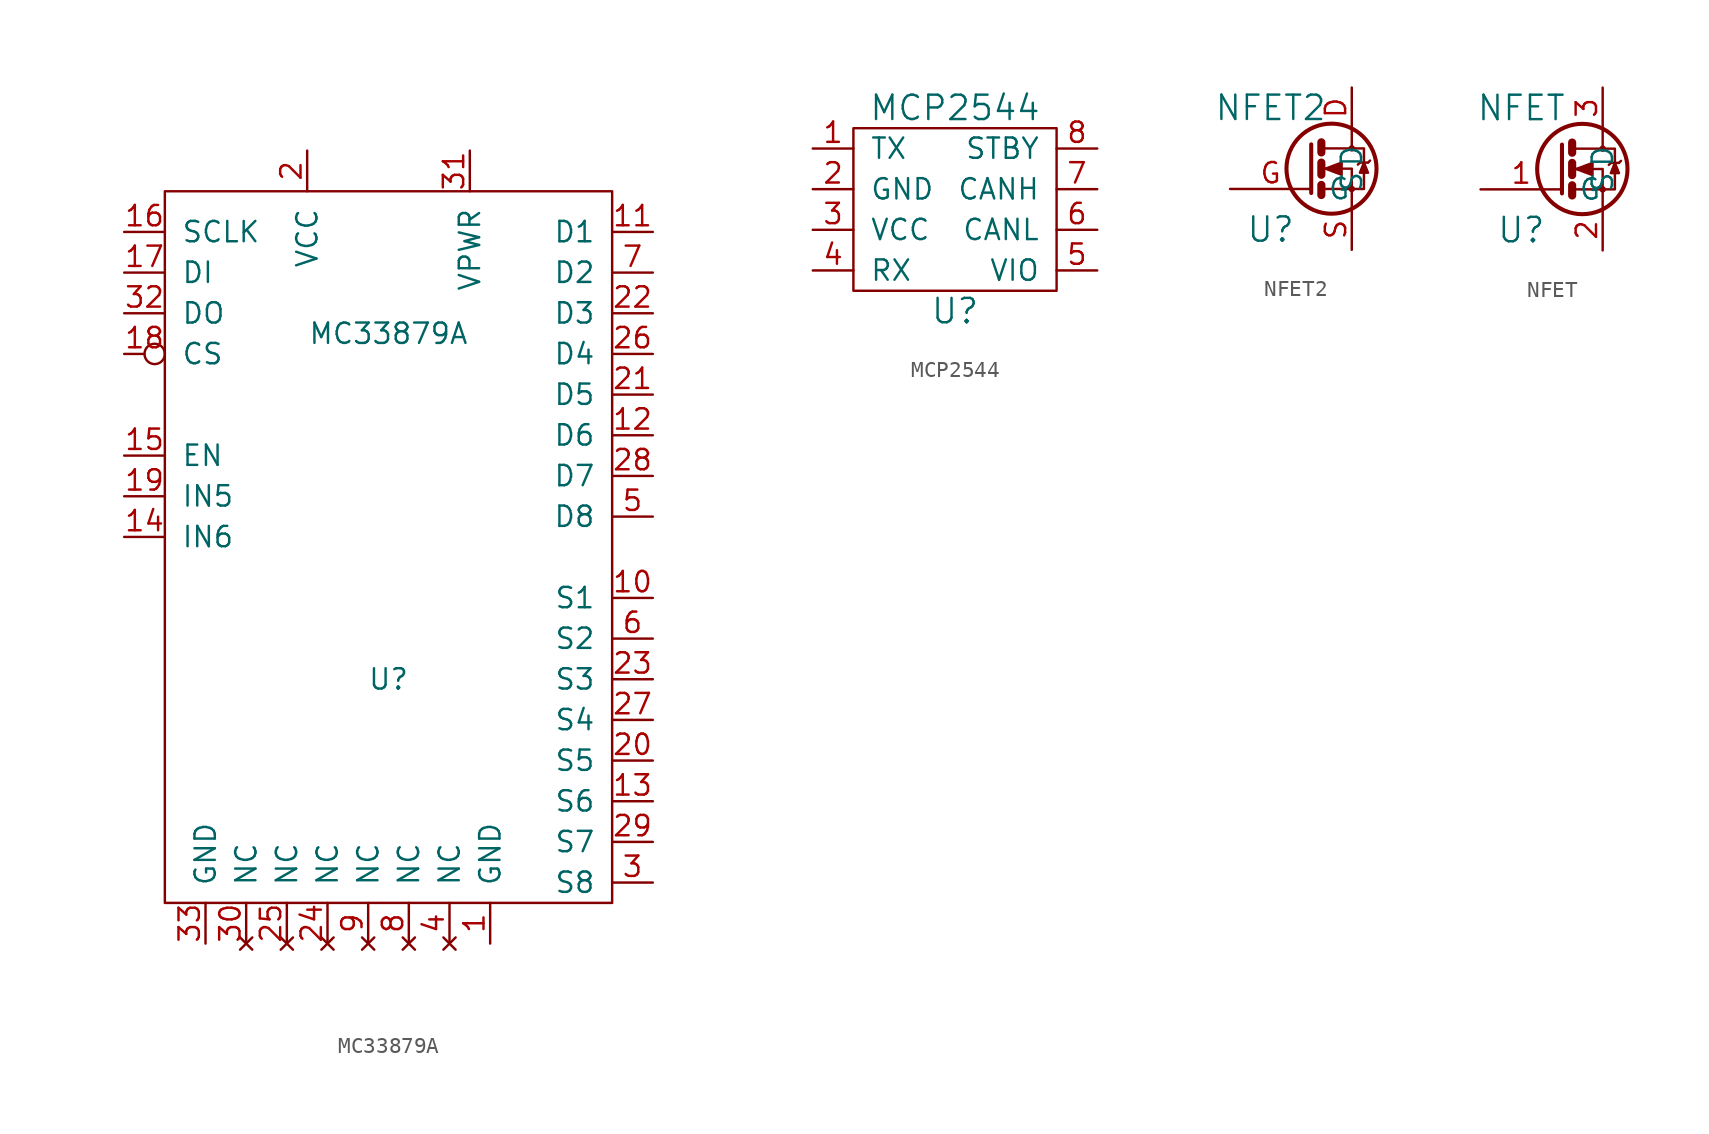
<source format=kicad_sym>
(kicad_symbol_lib
  (version 20211014)
  (generator kicad_symbol_editor)
  (symbol "MC33879A"
    (pin_names
      (offset 1.016))
    (property "Reference" "U"
      (at 0 -7.62 0)
      (effects (font (size 1.27 1.27))))
    (property "Value" "MC33879A"
      (at 0 13.97 0)
      (effects (font (size 1.27 1.27))))
    (symbol "MC33879A_0_1"
      (rectangle (start -13.97 22.86) (end 13.97 -21.59) (stroke (width 0) (type default) (color 0 0 0 0)) (fill (type none))))
    (symbol "MC33879A_1_1"
      (pin input line (at 6.35 -24.13 90) (length 2.54) (name "GND" (effects (font (size 1.27 1.27)))) (number "1" (effects (font (size 1.27 1.27)))))
      (pin input line (at 16.51 -2.54 180) (length 2.54) (name "S1" (effects (font (size 1.27 1.27)))) (number "10" (effects (font (size 1.27 1.27)))))
      (pin input line (at 16.51 20.32 180) (length 2.54) (name "D1" (effects (font (size 1.27 1.27)))) (number "11" (effects (font (size 1.27 1.27)))))
      (pin input line (at 16.51 7.62 180) (length 2.54) (name "D6" (effects (font (size 1.27 1.27)))) (number "12" (effects (font (size 1.27 1.27)))))
      (pin input line (at 16.51 -15.24 180) (length 2.54) (name "S6" (effects (font (size 1.27 1.27)))) (number "13" (effects (font (size 1.27 1.27)))))
      (pin input line (at -16.51 1.27 0) (length 2.54) (name "IN6" (effects (font (size 1.27 1.27)))) (number "14" (effects (font (size 1.27 1.27)))))
      (pin input line (at -16.51 6.35 0) (length 2.54) (name "EN" (effects (font (size 1.27 1.27)))) (number "15" (effects (font (size 1.27 1.27)))))
      (pin input line (at -16.51 20.32 0) (length 2.54) (name "SCLK" (effects (font (size 1.27 1.27)))) (number "16" (effects (font (size 1.27 1.27)))))
      (pin input line (at -16.51 17.78 0) (length 2.54) (name "DI" (effects (font (size 1.27 1.27)))) (number "17" (effects (font (size 1.27 1.27)))))
      (pin input inverted (at -16.51 12.7 0) (length 2.54) (name "CS" (effects (font (size 1.27 1.27)))) (number "18" (effects (font (size 1.27 1.27)))))
      (pin input line (at -16.51 3.81 0) (length 2.54) (name "IN5" (effects (font (size 1.27 1.27)))) (number "19" (effects (font (size 1.27 1.27)))))
      (pin input line (at -5.08 25.4 270) (length 2.54) (name "VCC" (effects (font (size 1.27 1.27)))) (number "2" (effects (font (size 1.27 1.27)))))
      (pin input line (at 16.51 -12.7 180) (length 2.54) (name "S5" (effects (font (size 1.27 1.27)))) (number "20" (effects (font (size 1.27 1.27)))))
      (pin input line (at 16.51 10.16 180) (length 2.54) (name "D5" (effects (font (size 1.27 1.27)))) (number "21" (effects (font (size 1.27 1.27)))))
      (pin input line (at 16.51 15.24 180) (length 2.54) (name "D3" (effects (font (size 1.27 1.27)))) (number "22" (effects (font (size 1.27 1.27)))))
      (pin input line (at 16.51 -7.62 180) (length 2.54) (name "S3" (effects (font (size 1.27 1.27)))) (number "23" (effects (font (size 1.27 1.27)))))
      (pin no_connect line (at -3.81 -24.13 90) (length 2.54) (name "NC" (effects (font (size 1.27 1.27)))) (number "24" (effects (font (size 1.27 1.27)))))
      (pin no_connect line (at -6.35 -24.13 90) (length 2.54) (name "NC" (effects (font (size 1.27 1.27)))) (number "25" (effects (font (size 1.27 1.27)))))
      (pin input line (at 16.51 12.7 180) (length 2.54) (name "D4" (effects (font (size 1.27 1.27)))) (number "26" (effects (font (size 1.27 1.27)))))
      (pin input line (at 16.51 -10.16 180) (length 2.54) (name "S4" (effects (font (size 1.27 1.27)))) (number "27" (effects (font (size 1.27 1.27)))))
      (pin input line (at 16.51 5.08 180) (length 2.54) (name "D7" (effects (font (size 1.27 1.27)))) (number "28" (effects (font (size 1.27 1.27)))))
      (pin input line (at 16.51 -17.78 180) (length 2.54) (name "S7" (effects (font (size 1.27 1.27)))) (number "29" (effects (font (size 1.27 1.27)))))
      (pin input line (at 16.51 -20.32 180) (length 2.54) (name "S8" (effects (font (size 1.27 1.27)))) (number "3" (effects (font (size 1.27 1.27)))))
      (pin no_connect line (at -8.89 -24.13 90) (length 2.54) (name "NC" (effects (font (size 1.27 1.27)))) (number "30" (effects (font (size 1.27 1.27)))))
      (pin input line (at 5.08 25.4 270) (length 2.54) (name "VPWR" (effects (font (size 1.27 1.27)))) (number "31" (effects (font (size 1.27 1.27)))))
      (pin input line (at -16.51 15.24 0) (length 2.54) (name "DO" (effects (font (size 1.27 1.27)))) (number "32" (effects (font (size 1.27 1.27)))))
      (pin power_in line (at -11.43 -24.13 90) (length 2.54) (name "GND" (effects (font (size 1.27 1.27)))) (number "33" (effects (font (size 1.27 1.27)))))
      (pin no_connect line (at 3.81 -24.13 90) (length 2.54) (name "NC" (effects (font (size 1.27 1.27)))) (number "4" (effects (font (size 1.27 1.27)))))
      (pin input line (at 16.51 2.54 180) (length 2.54) (name "D8" (effects (font (size 1.27 1.27)))) (number "5" (effects (font (size 1.27 1.27)))))
      (pin input line (at 16.51 -5.08 180) (length 2.54) (name "S2" (effects (font (size 1.27 1.27)))) (number "6" (effects (font (size 1.27 1.27)))))
      (pin input line (at 16.51 17.78 180) (length 2.54) (name "D2" (effects (font (size 1.27 1.27)))) (number "7" (effects (font (size 1.27 1.27)))))
      (pin no_connect line (at 1.27 -24.13 90) (length 2.54) (name "NC" (effects (font (size 1.27 1.27)))) (number "8" (effects (font (size 1.27 1.27)))))
      (pin no_connect line (at -1.27 -24.13 90) (length 2.54) (name "NC" (effects (font (size 1.27 1.27)))) (number "9" (effects (font (size 1.27 1.27)))))))
  (symbol "MCP2544"
    (pin_names
      (offset 1.016))
    (property "Reference" "U"
      (at 0 -6.35 0)
      (effects (font (size 1.524 1.524))))
    (property "Value" "MCP2544"
      (at 0 6.35 0)
      (effects (font (size 1.524 1.524))))
    (symbol "MCP2544_0_1"
      (rectangle (start -6.35 5.08) (end 6.35 -5.08) (stroke (width 0) (type default) (color 0 0 0 0)) (fill (type none))))
    (symbol "MCP2544_1_1"
      (pin input line (at -8.89 3.81 0) (length 2.54) (name "TX" (effects (font (size 1.27 1.27)))) (number "1" (effects (font (size 1.27 1.27)))))
      (pin power_in line (at -8.89 1.27 0) (length 2.54) (name "GND" (effects (font (size 1.27 1.27)))) (number "2" (effects (font (size 1.27 1.27)))))
      (pin power_in line (at -8.89 -1.27 0) (length 2.54) (name "VCC" (effects (font (size 1.27 1.27)))) (number "3" (effects (font (size 1.27 1.27)))))
      (pin output line (at -8.89 -3.81 0) (length 2.54) (name "RX" (effects (font (size 1.27 1.27)))) (number "4" (effects (font (size 1.27 1.27)))))
      (pin power_in line (at 8.89 -3.81 180) (length 2.54) (name "VIO" (effects (font (size 1.27 1.27)))) (number "5" (effects (font (size 1.27 1.27)))))
      (pin tri_state line (at 8.89 -1.27 180) (length 2.54) (name "CANL" (effects (font (size 1.27 1.27)))) (number "6" (effects (font (size 1.27 1.27)))))
      (pin tri_state line (at 8.89 1.27 180) (length 2.54) (name "CANH" (effects (font (size 1.27 1.27)))) (number "7" (effects (font (size 1.27 1.27)))))
      (pin input line (at 8.89 3.81 180) (length 2.54) (name "STBY" (effects (font (size 1.27 1.27)))) (number "8" (effects (font (size 1.27 1.27)))))
      (pin no_connect line (at -8.89 1.27 0) (length 2.54) hide (name "PAD" (effects (font (size 1.27 1.27)))) (number "9" (effects (font (size 1.27 1.27)))))))
  (symbol "NFET2"
    (pin_names
      (offset 1.016))
    (property "Reference" "U"
      (at -3.81 -3.81 0)
      (effects (font (size 1.524 1.524))))
    (property "Value" "NFET2"
      (at -3.81 3.81 0)
      (effects (font (size 1.524 1.524))))
    (symbol "NFET2_1_1"
      (polyline (pts (xy -0.635 -1.016) (xy -0.635 -1.651)) (stroke (width 0.508) (type default) (color 0 0 0 0)) (fill (type none)))
      (polyline (pts (xy -0.635 0.381) (xy -0.635 -0.381)) (stroke (width 0.508) (type default) (color 0 0 0 0)) (fill (type none)))
      (polyline (pts (xy -0.635 1.651) (xy -0.635 1.016)) (stroke (width 0.508) (type default) (color 0 0 0 0)) (fill (type none)))
      (polyline (pts (xy 1.778 0.381) (xy 1.651 0.254)) (stroke (width 0) (type default) (color 0 0 0 0)) (fill (type none)))
      (polyline (pts (xy 1.778 0.381) (xy 2.286 0.381)) (stroke (width 0) (type default) (color 0 0 0 0)) (fill (type none)))
      (polyline (pts (xy 2.286 0.381) (xy 2.413 0.508)) (stroke (width 0) (type default) (color 0 0 0 0)) (fill (type none)))
      (polyline (pts (xy -1.27 1.524) (xy -1.27 -1.524) (xy -1.27 -1.524)) (stroke (width 0.254) (type default) (color 0 0 0 0)) (fill (type none)))
      (polyline (pts (xy -0.508 -1.27) (xy 1.27 -1.27) (xy 1.27 -2.54) (xy 1.27 -2.54)) (stroke (width 0) (type default) (color 0 0 0 0)) (fill (type none)))
      (polyline (pts (xy -0.508 1.27) (xy 1.27 1.27) (xy 1.27 2.54) (xy 1.27 2.54)) (stroke (width 0) (type default) (color 0 0 0 0)) (fill (type none)))
      (polyline (pts (xy 1.27 1.27) (xy 2.032 1.27) (xy 2.032 -1.27) (xy 1.27 -1.27)) (stroke (width 0) (type default) (color 0 0 0 0)) (fill (type none)))
      (polyline (pts (xy 2.032 0.381) (xy 1.778 -0.254) (xy 2.286 -0.254) (xy 2.032 0.381)) (stroke (width 0) (type default) (color 0 0 0 0)) (fill (type outline)))
      (polyline (pts (xy -0.508 0) (xy 0 0) (xy 1.27 0) (xy 1.27 -1.27) (xy 1.27 -1.27)) (stroke (width 0) (type default) (color 0 0 0 0)) (fill (type none)))
      (polyline (pts (xy -0.381 0) (xy 0.635 0.381) (xy 0.635 -0.381) (xy -0.381 0) (xy -0.254 0) (xy -0.254 0)) (stroke (width 0) (type default) (color 0 0 0 0)) (fill (type outline)))
      (circle (center 0 0) (radius 2.819) (stroke (width 0.254) (type default) (color 0 0 0 0)) (fill (type none)))
      (circle (center 1.27 -1.27) (radius 0.127) (stroke (width 0) (type default) (color 0 0 0 0)) (fill (type none)))
      (circle (center 1.27 1.27) (radius 0.127) (stroke (width 0) (type default) (color 0 0 0 0)) (fill (type none)))
      (pin passive line (at 1.27 5.08 270) (length 2.54) (name "D" (effects (font (size 1.27 1.27)))) (number "D" (effects (font (size 1.27 1.27)))))
      (pin input line (at -6.35 -1.27 0) (length 5.08) (name "G" (effects (font (size 1.27 1.27)))) (number "G" (effects (font (size 1.27 1.27)))))
      (pin passive line (at 1.27 -5.08 90) (length 2.54) (name "S" (effects (font (size 1.27 1.27)))) (number "S" (effects (font (size 1.27 1.27)))))))
  (symbol "NFET"
    (pin_names
      (offset 1.016))
    (property "Reference" "U"
      (at -3.81 -3.81 0)
      (effects (font (size 1.524 1.524))))
    (property "Value" "NFET"
      (at -3.81 3.81 0)
      (effects (font (size 1.524 1.524))))
    (symbol "NFET_1_1"
      (polyline (pts (xy -0.635 -1.016) (xy -0.635 -1.651)) (stroke (width 0.508) (type default) (color 0 0 0 0)) (fill (type none)))
      (polyline (pts (xy -0.635 0.381) (xy -0.635 -0.381)) (stroke (width 0.508) (type default) (color 0 0 0 0)) (fill (type none)))
      (polyline (pts (xy -0.635 1.651) (xy -0.635 1.016)) (stroke (width 0.508) (type default) (color 0 0 0 0)) (fill (type none)))
      (polyline (pts (xy 1.778 0.381) (xy 1.651 0.254)) (stroke (width 0) (type default) (color 0 0 0 0)) (fill (type none)))
      (polyline (pts (xy 1.778 0.381) (xy 2.286 0.381)) (stroke (width 0) (type default) (color 0 0 0 0)) (fill (type none)))
      (polyline (pts (xy 2.286 0.381) (xy 2.413 0.508)) (stroke (width 0) (type default) (color 0 0 0 0)) (fill (type none)))
      (polyline (pts (xy -1.27 1.524) (xy -1.27 -1.524) (xy -1.27 -1.524)) (stroke (width 0.254) (type default) (color 0 0 0 0)) (fill (type none)))
      (polyline (pts (xy -0.508 -1.27) (xy 1.27 -1.27) (xy 1.27 -2.54) (xy 1.27 -2.54)) (stroke (width 0) (type default) (color 0 0 0 0)) (fill (type none)))
      (polyline (pts (xy -0.508 1.27) (xy 1.27 1.27) (xy 1.27 2.54) (xy 1.27 2.54)) (stroke (width 0) (type default) (color 0 0 0 0)) (fill (type none)))
      (polyline (pts (xy 1.27 1.27) (xy 2.032 1.27) (xy 2.032 -1.27) (xy 1.27 -1.27)) (stroke (width 0) (type default) (color 0 0 0 0)) (fill (type none)))
      (polyline (pts (xy 2.032 0.381) (xy 1.778 -0.254) (xy 2.286 -0.254) (xy 2.032 0.381)) (stroke (width 0) (type default) (color 0 0 0 0)) (fill (type outline)))
      (polyline (pts (xy -0.508 0) (xy 0 0) (xy 1.27 0) (xy 1.27 -1.27) (xy 1.27 -1.27)) (stroke (width 0) (type default) (color 0 0 0 0)) (fill (type none)))
      (polyline (pts (xy -0.381 0) (xy 0.635 0.381) (xy 0.635 -0.381) (xy -0.381 0) (xy -0.254 0) (xy -0.254 0)) (stroke (width 0) (type default) (color 0 0 0 0)) (fill (type outline)))
      (circle (center 0 0) (radius 2.819) (stroke (width 0.254) (type default) (color 0 0 0 0)) (fill (type none)))
      (circle (center 1.27 -1.27) (radius 0.127) (stroke (width 0) (type default) (color 0 0 0 0)) (fill (type none)))
      (circle (center 1.27 1.27) (radius 0.127) (stroke (width 0) (type default) (color 0 0 0 0)) (fill (type none)))
      (pin input line (at -6.35 -1.27 0) (length 5.08) (name "G" (effects (font (size 1.27 1.27)))) (number "1" (effects (font (size 1.27 1.27)))))
      (pin passive line (at 1.27 -5.08 90) (length 2.54) (name "S" (effects (font (size 1.27 1.27)))) (number "2" (effects (font (size 1.27 1.27)))))
      (pin passive line (at 1.27 5.08 270) (length 2.54) (name "D" (effects (font (size 1.27 1.27)))) (number "3" (effects (font (size 1.27 1.27))))))))
</source>
